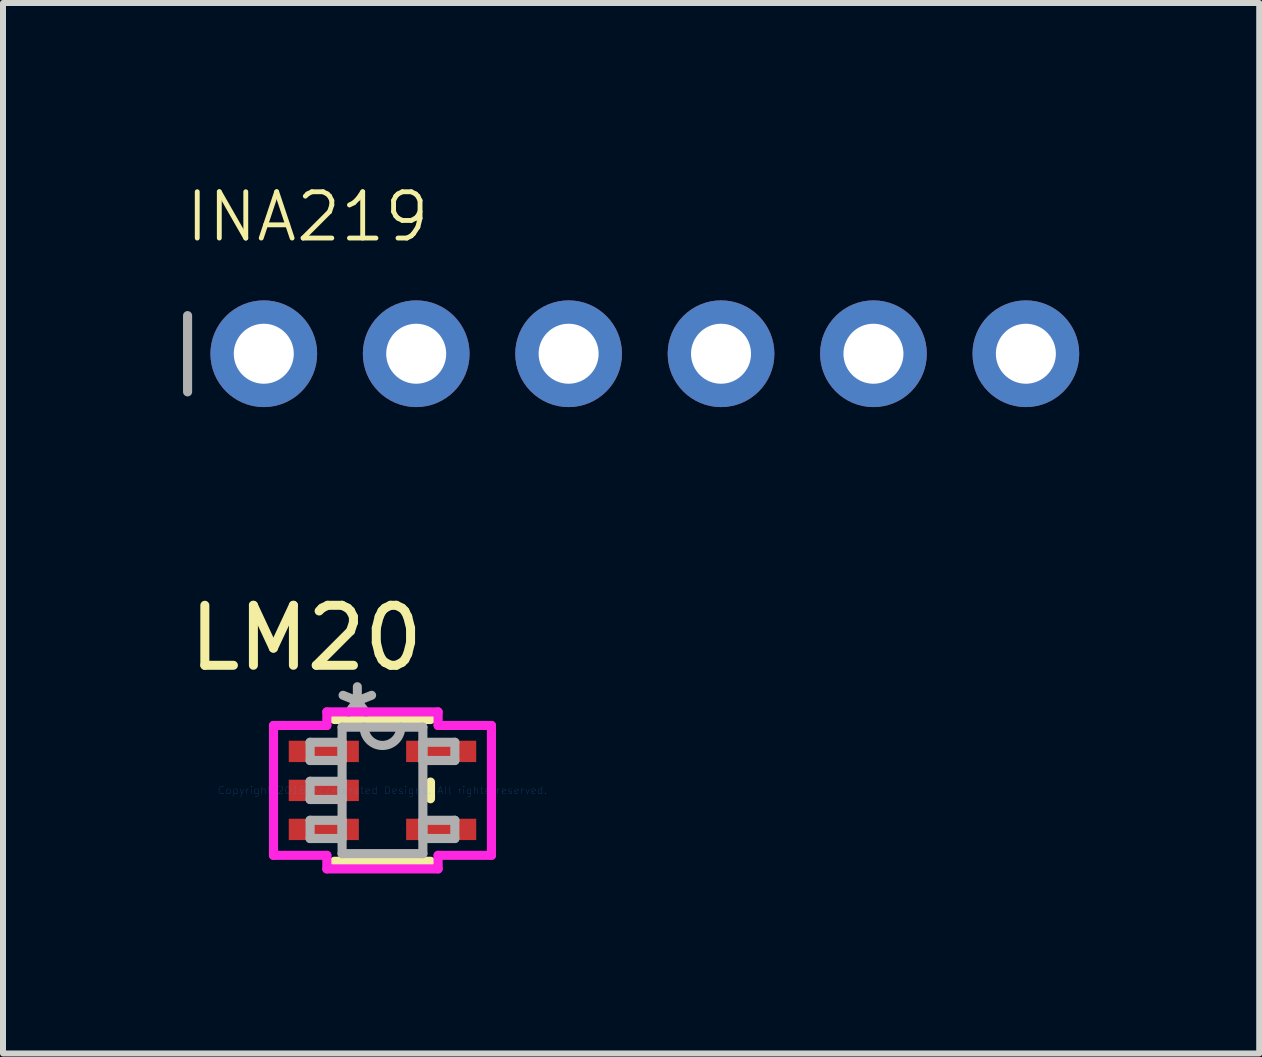
<source format=kicad_pcb>
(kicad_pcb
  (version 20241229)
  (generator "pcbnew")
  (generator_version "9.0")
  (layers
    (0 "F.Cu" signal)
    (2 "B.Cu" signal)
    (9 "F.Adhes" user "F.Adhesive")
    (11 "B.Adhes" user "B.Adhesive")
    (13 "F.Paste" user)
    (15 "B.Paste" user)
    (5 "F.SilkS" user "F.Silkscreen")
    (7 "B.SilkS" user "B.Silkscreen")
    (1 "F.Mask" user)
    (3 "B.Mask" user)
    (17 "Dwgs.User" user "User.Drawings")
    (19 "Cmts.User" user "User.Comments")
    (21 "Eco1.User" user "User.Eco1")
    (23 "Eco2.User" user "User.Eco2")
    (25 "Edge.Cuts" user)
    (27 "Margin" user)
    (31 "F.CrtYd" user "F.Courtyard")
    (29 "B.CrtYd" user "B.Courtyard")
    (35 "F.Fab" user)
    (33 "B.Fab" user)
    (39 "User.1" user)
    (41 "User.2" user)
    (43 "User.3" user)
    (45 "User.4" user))
  (footprint "INA219"
    (layer "F.Cu")
    (at 7.696 2.845)
    (property "Reference" "INA219" (at -7.696 -1.829 0) (layer "F.SilkS") (effects (font (size 0.772 0.772) (thickness 0.081)) (justify left bottom)))
    (attr through_hole)
    (fp_line (start -7.62 -0.635) (end -7.62 0.635) (stroke (width 0.152) (type solid)) (layer "F.Fab"))
    (fp_poly (pts (xy -6.604 0.254) (xy -6.096 0.254) (xy -6.096 -0.254) (xy -6.604 -0.254)) (stroke (width 0.1) (type solid)) (fill no) (layer "F.Fab"))
    (fp_poly (pts (xy -4.064 0.254) (xy -3.556 0.254) (xy -3.556 -0.254) (xy -4.064 -0.254)) (stroke (width 0.1) (type solid)) (fill no) (layer "F.Fab"))
    (fp_poly (pts (xy -1.524 0.254) (xy -1.016 0.254) (xy -1.016 -0.254) (xy -1.524 -0.254)) (stroke (width 0.1) (type solid)) (fill no) (layer "F.Fab"))
    (fp_poly (pts (xy 1.016 0.254) (xy 1.524 0.254) (xy 1.524 -0.254) (xy 1.016 -0.254)) (stroke (width 0.1) (type solid)) (fill no) (layer "F.Fab"))
    (fp_poly (pts (xy 3.556 0.254) (xy 4.064 0.254) (xy 4.064 -0.254) (xy 3.556 -0.254)) (stroke (width 0.1) (type solid)) (fill no) (layer "F.Fab"))
    (fp_poly (pts (xy 6.096 0.254) (xy 6.604 0.254) (xy 6.604 -0.254) (xy 6.096 -0.254)) (stroke (width 0.1) (type solid)) (fill no) (layer "F.Fab"))
    (pad "1" thru_hole circle (at -6.35 0 90) (size 1.778 1.778) (drill 1) (layers "*.Cu" "*.Mask"))
    (pad "2" thru_hole circle (at -3.81 0 90) (size 1.778 1.778) (drill 1) (layers "*.Cu" "*.Mask"))
    (pad "3" thru_hole circle (at -1.27 0 90) (size 1.778 1.778) (drill 1) (layers "*.Cu" "*.Mask"))
    (pad "4" thru_hole circle (at 1.27 0 90) (size 1.778 1.778) (drill 1) (layers "*.Cu" "*.Mask"))
    (pad "5" thru_hole circle (at 3.81 0 90) (size 1.778 1.778) (drill 1) (layers "*.Cu" "*.Mask"))
    (pad "6" thru_hole circle (at 6.35 0 90) (size 1.778 1.778) (drill 1) (layers "*.Cu" "*.Mask")))
  (footprint "LM20"
    (layer "F.Cu")
    (at 3.324 10.122)
    (property "Reference" "LM20" (at -1.27 -2.54 0) (layer "F.SilkS") (effects (font (size 1 1) (thickness 0.15))))
    (attr through_hole)
    (fp_line (start -0.8 1.181) (end 0.8 1.181) (stroke (width 0.152) (type solid)) (layer "F.SilkS"))
    (fp_line (start 0.8 -1.181) (end -0.8 -1.181) (stroke (width 0.152) (type solid)) (layer "F.SilkS"))
    (fp_line (start 0.8 0.139) (end 0.8 -0.139) (stroke (width 0.152) (type solid)) (layer "F.SilkS"))
    (fp_line (start -1.816 -1.082) (end -0.927 -1.082) (stroke (width 0.152) (type solid)) (layer "F.CrtYd"))
    (fp_line (start -1.816 1.082) (end -1.816 -1.082) (stroke (width 0.152) (type solid)) (layer "F.CrtYd"))
    (fp_line (start -0.927 -1.308) (end 0.927 -1.308) (stroke (width 0.152) (type solid)) (layer "F.CrtYd"))
    (fp_line (start -0.927 -1.082) (end -0.927 -1.308) (stroke (width 0.152) (type solid)) (layer "F.CrtYd"))
    (fp_line (start -0.927 1.082) (end -1.816 1.082) (stroke (width 0.152) (type solid)) (layer "F.CrtYd"))
    (fp_line (start -0.927 1.308) (end -0.927 1.082) (stroke (width 0.152) (type solid)) (layer "F.CrtYd"))
    (fp_line (start 0.927 -1.308) (end 0.927 -1.082) (stroke (width 0.152) (type solid)) (layer "F.CrtYd"))
    (fp_line (start 0.927 -1.082) (end 1.816 -1.082) (stroke (width 0.152) (type solid)) (layer "F.CrtYd"))
    (fp_line (start 0.927 1.082) (end 0.927 1.308) (stroke (width 0.152) (type solid)) (layer "F.CrtYd"))
    (fp_line (start 0.927 1.308) (end -0.927 1.308) (stroke (width 0.152) (type solid)) (layer "F.CrtYd"))
    (fp_line (start 1.816 -1.082) (end 1.816 1.082) (stroke (width 0.152) (type solid)) (layer "F.CrtYd"))
    (fp_line (start 1.816 1.082) (end 0.927 1.082) (stroke (width 0.152) (type solid)) (layer "F.CrtYd"))
    (fp_line (start -1.206 -0.802) (end -1.206 -0.498) (stroke (width 0.152) (type solid)) (layer "F.Fab"))
    (fp_line (start -1.206 -0.498) (end -0.673 -0.498) (stroke (width 0.152) (type solid)) (layer "F.Fab"))
    (fp_line (start -1.206 -0.152) (end -1.206 0.152) (stroke (width 0.152) (type solid)) (layer "F.Fab"))
    (fp_line (start -1.206 0.152) (end -0.673 0.152) (stroke (width 0.152) (type solid)) (layer "F.Fab"))
    (fp_line (start -1.206 0.498) (end -1.206 0.802) (stroke (width 0.152) (type solid)) (layer "F.Fab"))
    (fp_line (start -1.206 0.802) (end -0.673 0.802) (stroke (width 0.152) (type solid)) (layer "F.Fab"))
    (fp_line (start -0.673 -1.054) (end -0.673 1.054) (stroke (width 0.152) (type solid)) (layer "F.Fab"))
    (fp_line (start -0.673 -0.802) (end -1.206 -0.802) (stroke (width 0.152) (type solid)) (layer "F.Fab"))
    (fp_line (start -0.673 -0.498) (end -0.673 -0.802) (stroke (width 0.152) (type solid)) (layer "F.Fab"))
    (fp_line (start -0.673 -0.152) (end -1.206 -0.152) (stroke (width 0.152) (type solid)) (layer "F.Fab"))
    (fp_line (start -0.673 0.152) (end -0.673 -0.152) (stroke (width 0.152) (type solid)) (layer "F.Fab"))
    (fp_line (start -0.673 0.498) (end -1.206 0.498) (stroke (width 0.152) (type solid)) (layer "F.Fab"))
    (fp_line (start -0.673 0.802) (end -0.673 0.498) (stroke (width 0.152) (type solid)) (layer "F.Fab"))
    (fp_line (start -0.673 1.054) (end 0.673 1.054) (stroke (width 0.152) (type solid)) (layer "F.Fab"))
    (fp_line (start 0.673 -1.054) (end -0.673 -1.054) (stroke (width 0.152) (type solid)) (layer "F.Fab"))
    (fp_line (start 0.673 -0.802) (end 0.673 -0.498) (stroke (width 0.152) (type solid)) (layer "F.Fab"))
    (fp_line (start 0.673 -0.498) (end 1.206 -0.498) (stroke (width 0.152) (type solid)) (layer "F.Fab"))
    (fp_line (start 0.673 0.498) (end 0.673 0.802) (stroke (width 0.152) (type solid)) (layer "F.Fab"))
    (fp_line (start 0.673 0.802) (end 1.206 0.802) (stroke (width 0.152) (type solid)) (layer "F.Fab"))
    (fp_line (start 0.673 1.054) (end 0.673 -1.054) (stroke (width 0.152) (type solid)) (layer "F.Fab"))
    (fp_line (start 1.206 -0.802) (end 0.673 -0.802) (stroke (width 0.152) (type solid)) (layer "F.Fab"))
    (fp_line (start 1.206 -0.498) (end 1.206 -0.802) (stroke (width 0.152) (type solid)) (layer "F.Fab"))
    (fp_line (start 1.206 0.498) (end 0.673 0.498) (stroke (width 0.152) (type solid)) (layer "F.Fab"))
    (fp_line (start 1.206 0.802) (end 1.206 0.498) (stroke (width 0.152) (type solid)) (layer "F.Fab"))
    (fp_arc (start 0.3048 -1.0541) (mid 0 -0.7493) (end -0.3048 -1.0541) (stroke (width 0.1524) (type solid)) (layer "F.Fab"))
    (fp_text user "Copyright 2016 Accelerated Designs. All rights reserved." (at 0 0 0) (layer "Cmts.User") (effects (font (size 0.127 0.127) (thickness 0.002))))
    (fp_text user "*" (at -0.419 -1.183 0) (layer "F.Fab") (effects (font (size 1 1) (thickness 0.15))))
    (pad "1" smd rect (at -0.978 -0.65) (size 1.168 0.356) (layers "F.Cu" "F.Mask" "F.Paste"))
    (pad "2" smd rect (at -0.978 0) (size 1.168 0.356) (layers "F.Cu" "F.Mask" "F.Paste"))
    (pad "3" smd rect (at -0.978 0.65) (size 1.168 0.356) (layers "F.Cu" "F.Mask" "F.Paste"))
    (pad "4" smd rect (at 0.978 0.65) (size 1.168 0.356) (layers "F.Cu" "F.Mask" "F.Paste"))
    (pad "5" smd rect (at 0.978 -0.65) (size 1.168 0.356) (layers "F.Cu" "F.Mask" "F.Paste")))
  (gr_rect
    (start -3 -3)
    (end 17.935 14.506)
    (stroke (width 0.1) (type default))
    (fill no)
    (layer "Edge.Cuts")))
</source>
